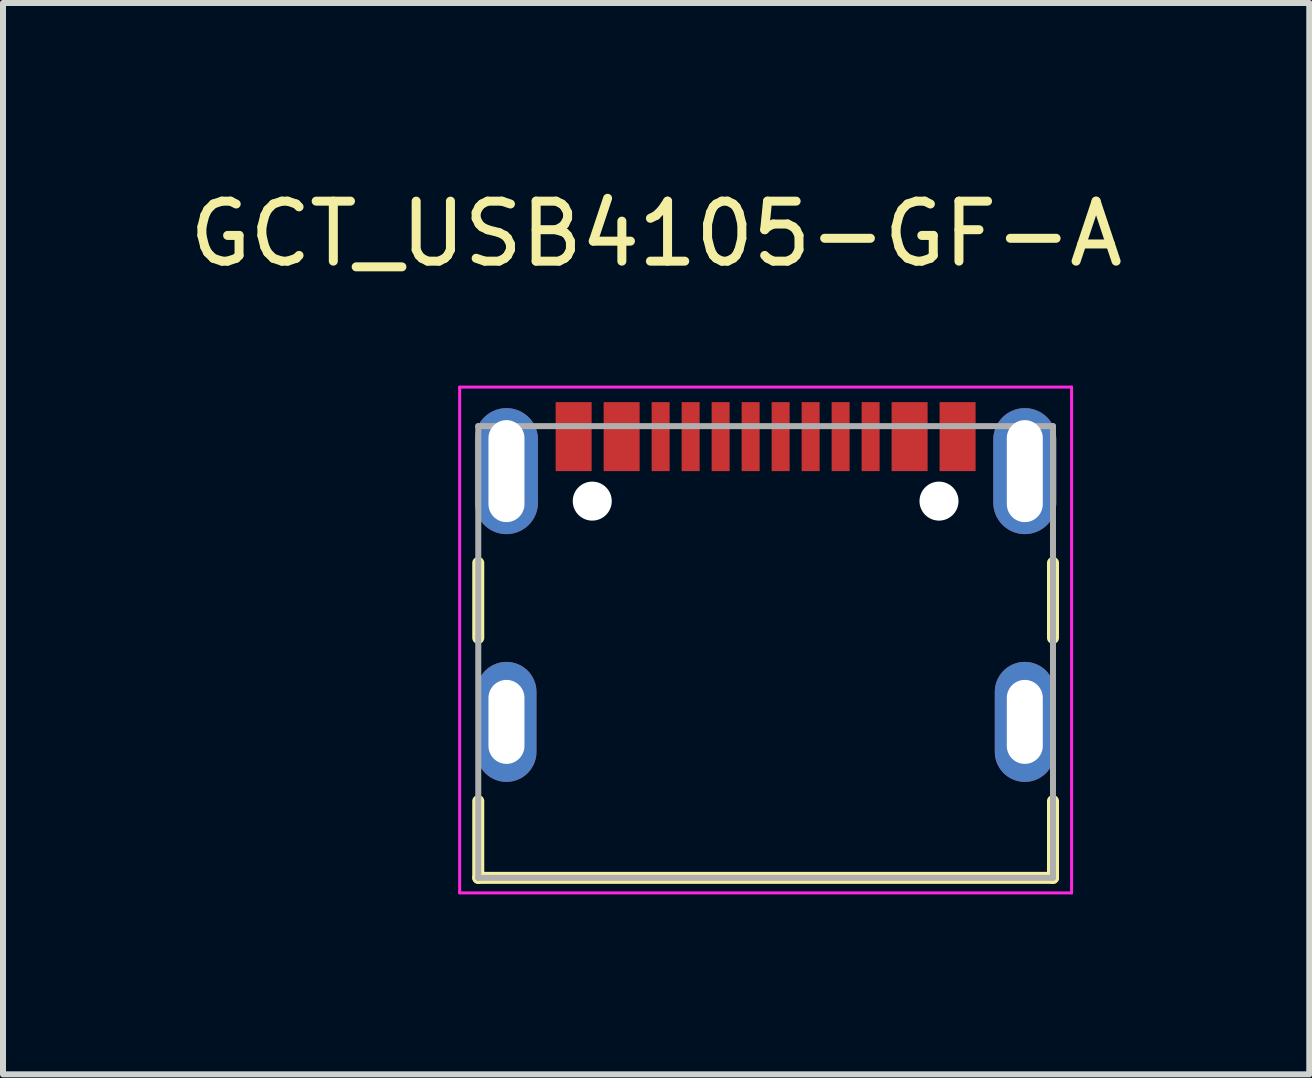
<source format=kicad_pcb>
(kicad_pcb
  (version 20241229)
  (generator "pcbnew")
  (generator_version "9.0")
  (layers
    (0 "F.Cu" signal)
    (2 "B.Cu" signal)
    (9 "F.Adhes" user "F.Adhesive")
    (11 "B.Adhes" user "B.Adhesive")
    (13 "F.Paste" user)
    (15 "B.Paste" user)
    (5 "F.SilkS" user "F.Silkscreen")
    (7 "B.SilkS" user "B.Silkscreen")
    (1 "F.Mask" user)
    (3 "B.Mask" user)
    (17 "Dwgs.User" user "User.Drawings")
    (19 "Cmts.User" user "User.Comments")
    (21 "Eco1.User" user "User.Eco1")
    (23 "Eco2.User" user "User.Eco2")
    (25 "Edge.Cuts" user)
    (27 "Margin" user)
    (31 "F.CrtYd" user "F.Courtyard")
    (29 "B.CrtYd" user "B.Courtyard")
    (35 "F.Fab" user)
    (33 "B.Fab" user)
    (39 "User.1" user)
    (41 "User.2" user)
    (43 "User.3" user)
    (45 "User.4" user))
  (footprint "GCT_USB4105-GF-A"
    (layer "F.Cu")
    (at 9.712 8.983)
    (property "Reference" "GCT_USB4105-GF-A" (at -1.825 -8.135 0) (layer "F.SilkS") (effects (font (size 1 1) (thickness 0.15))))
    (attr smd)
    (fp_line (start -4.79 -2.65) (end -4.79 -1.4) (stroke (width 0.2) (type solid)) (layer "F.SilkS"))
    (fp_line (start -4.79 1.32) (end -4.79 2.6) (stroke (width 0.2) (type solid)) (layer "F.SilkS"))
    (fp_line (start -4.79 2.6) (end 4.79 2.6) (stroke (width 0.2) (type solid)) (layer "F.SilkS"))
    (fp_line (start 4.79 -2.65) (end 4.79 -1.4) (stroke (width 0.2) (type solid)) (layer "F.SilkS"))
    (fp_line (start 4.79 2.6) (end 4.79 1.32) (stroke (width 0.2) (type solid)) (layer "F.SilkS"))
    (fp_line (start -5.1 -5.58) (end -5.1 2.85) (stroke (width 0.05) (type solid)) (layer "F.CrtYd"))
    (fp_line (start -5.1 2.85) (end 5.1 2.85) (stroke (width 0.05) (type solid)) (layer "F.CrtYd"))
    (fp_line (start 5.1 -5.58) (end -5.1 -5.58) (stroke (width 0.05) (type solid)) (layer "F.CrtYd"))
    (fp_line (start 5.1 2.85) (end 5.1 -5.58) (stroke (width 0.05) (type solid)) (layer "F.CrtYd"))
    (fp_line (start -4.79 -4.93) (end 4.79 -4.93) (stroke (width 0.1) (type solid)) (layer "F.Fab"))
    (fp_line (start -4.79 2.6) (end -4.79 -4.93) (stroke (width 0.1) (type solid)) (layer "F.Fab"))
    (fp_line (start 4.79 -4.93) (end 4.79 2.6) (stroke (width 0.1) (type solid)) (layer "F.Fab"))
    (fp_line (start 4.79 2.6) (end -4.79 2.6) (stroke (width 0.1) (type solid)) (layer "F.Fab"))
    (pad "" np_thru_hole circle (at -2.89 -3.68) (size 0.65 0.65) (drill 0.65) (layers "*.Cu" "*.Mask"))
    (pad "" np_thru_hole circle (at 2.89 -3.68) (size 0.65 0.65) (drill 0.65) (layers "*.Cu" "*.Mask"))
    (pad "A1_B12" smd rect (at -3.2 -4.755) (size 0.6 1.15) (layers "F.Cu" "F.Mask" "F.Paste"))
    (pad "A4_B9" smd rect (at -2.4 -4.755) (size 0.6 1.15) (layers "F.Cu" "F.Mask" "F.Paste"))
    (pad "A5" smd rect (at -1.25 -4.755) (size 0.3 1.15) (layers "F.Cu" "F.Mask" "F.Paste"))
    (pad "A6" smd rect (at -0.25 -4.755) (size 0.3 1.15) (layers "F.Cu" "F.Mask" "F.Paste"))
    (pad "A7" smd rect (at 0.25 -4.755) (size 0.3 1.15) (layers "F.Cu" "F.Mask" "F.Paste"))
    (pad "A8" smd rect (at 1.25 -4.755) (size 0.3 1.15) (layers "F.Cu" "F.Mask" "F.Paste"))
    (pad "B1_A12" smd rect (at 3.2 -4.755) (size 0.6 1.15) (layers "F.Cu" "F.Mask" "F.Paste"))
    (pad "B4_A9" smd rect (at 2.4 -4.755) (size 0.6 1.15) (layers "F.Cu" "F.Mask" "F.Paste"))
    (pad "B5" smd rect (at 1.75 -4.755) (size 0.3 1.15) (layers "F.Cu" "F.Mask" "F.Paste"))
    (pad "B6" smd rect (at 0.75 -4.755) (size 0.3 1.15) (layers "F.Cu" "F.Mask" "F.Paste"))
    (pad "B7" smd rect (at -0.75 -4.755) (size 0.3 1.15) (layers "F.Cu" "F.Mask" "F.Paste"))
    (pad "B8" smd rect (at -1.75 -4.755) (size 0.3 1.15) (layers "F.Cu" "F.Mask" "F.Paste"))
    (pad "S1" thru_hole oval (at -4.32 -4.18) (size 1.05 2.1) (drill oval 0.6 1.7) (layers "*.Cu" "*.Mask"))
    (pad "S2" thru_hole oval (at -4.32 0) (size 1 2) (drill oval 0.6 1.4) (layers "*.Cu" "*.Mask"))
    (pad "S3" thru_hole oval (at 4.32 0) (size 1 2) (drill oval 0.6 1.4) (layers "*.Cu" "*.Mask"))
    (pad "S4" thru_hole oval (at 4.32 -4.18) (size 1.05 2.1) (drill oval 0.6 1.7) (layers "*.Cu" "*.Mask")))
  (gr_rect
    (start -3 -3)
    (end 18.774 14.858)
    (stroke (width 0.1) (type default))
    (fill no)
    (layer "Edge.Cuts")))
</source>
